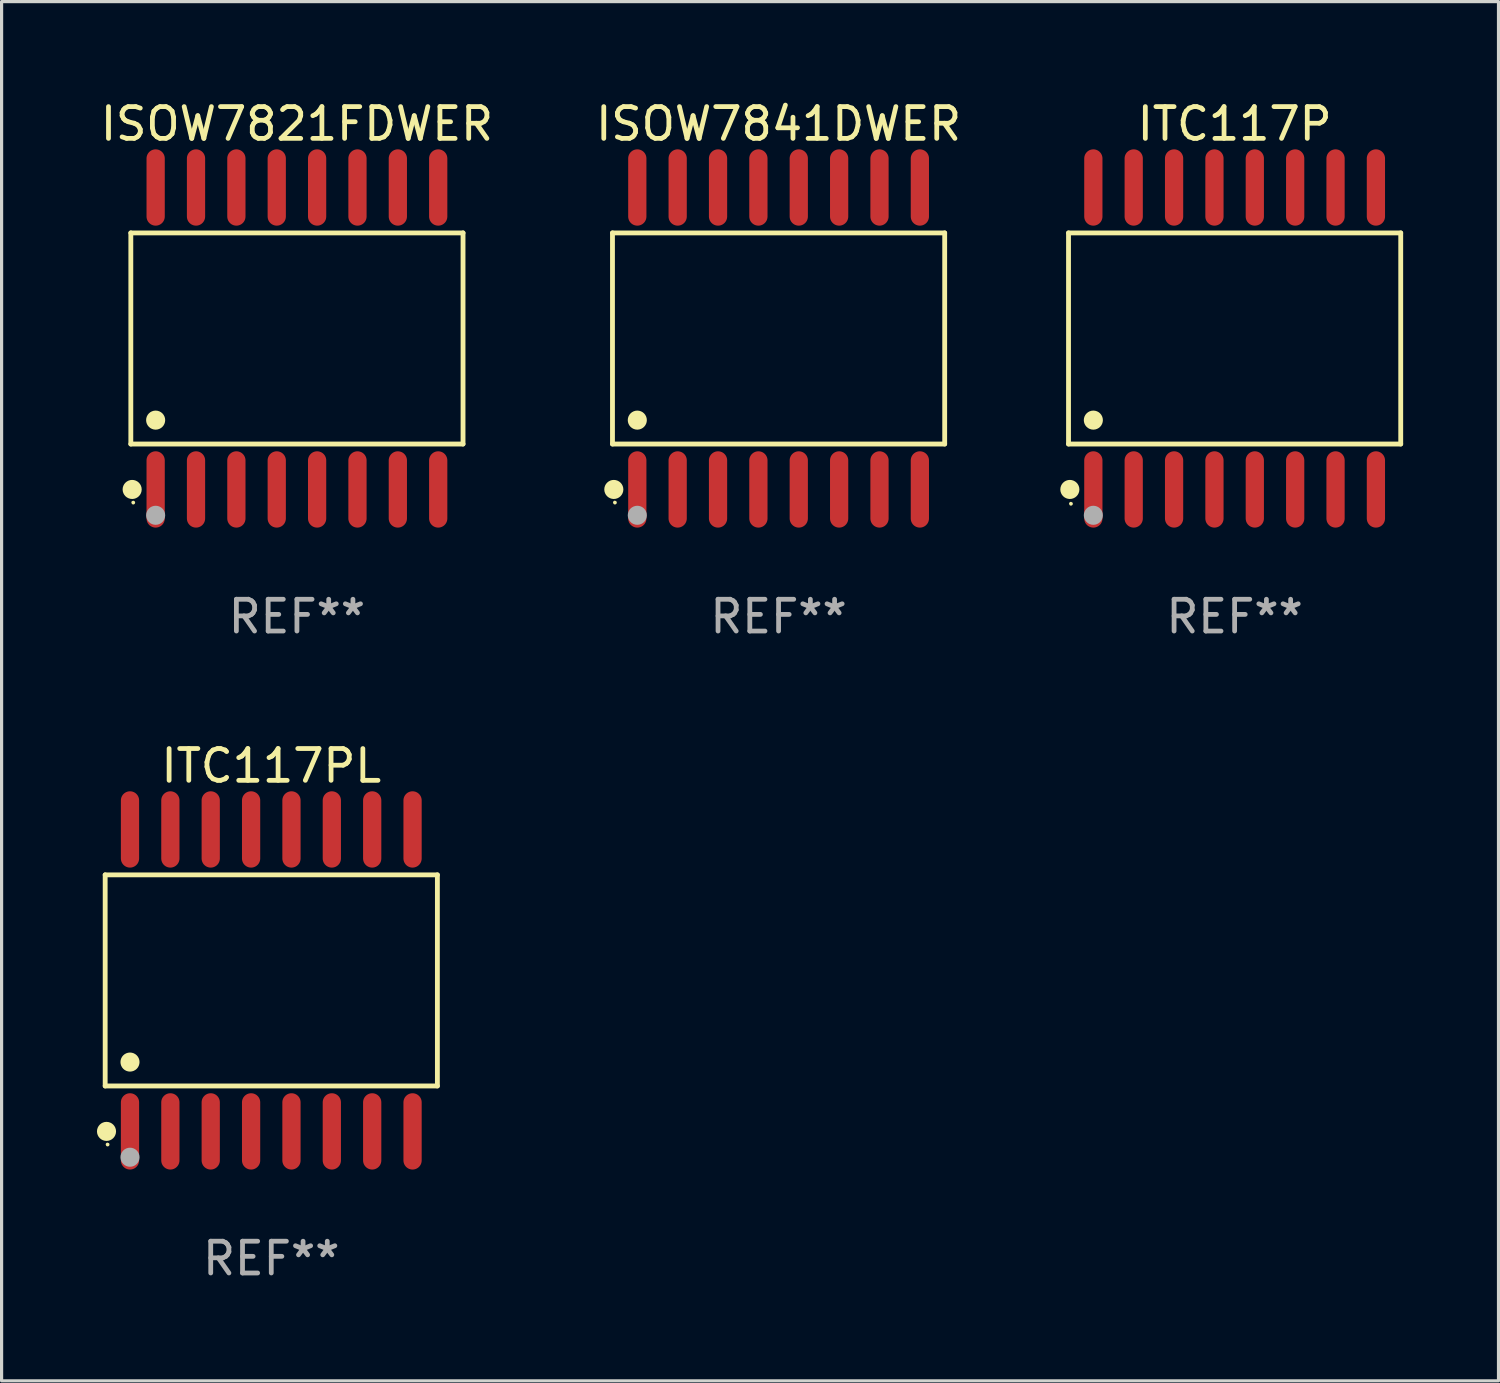
<source format=kicad_pcb>
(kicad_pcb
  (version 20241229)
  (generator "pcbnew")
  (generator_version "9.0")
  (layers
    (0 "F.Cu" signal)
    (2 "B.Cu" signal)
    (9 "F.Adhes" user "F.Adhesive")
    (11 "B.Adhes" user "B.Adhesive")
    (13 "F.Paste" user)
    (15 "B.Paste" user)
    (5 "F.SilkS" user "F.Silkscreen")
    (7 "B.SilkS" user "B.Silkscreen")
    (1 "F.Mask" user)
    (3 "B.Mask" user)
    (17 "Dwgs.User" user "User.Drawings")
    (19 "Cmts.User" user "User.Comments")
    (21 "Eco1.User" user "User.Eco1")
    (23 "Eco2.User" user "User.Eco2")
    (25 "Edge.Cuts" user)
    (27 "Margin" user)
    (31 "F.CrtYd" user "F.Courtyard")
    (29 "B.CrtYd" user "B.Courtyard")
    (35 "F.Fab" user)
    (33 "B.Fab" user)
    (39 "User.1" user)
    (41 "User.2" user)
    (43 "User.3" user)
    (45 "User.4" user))
  (footprint "ISOW7821FDWER"
    (layer "F.Cu")
    (at 6.292 7.599)
    (property "Reference" "ISOW7821FDWER" (at 0 -6.75 0) (layer "F.SilkS") (effects (font (size 1 1) (thickness 0.15))))
    (attr through_hole)
    (fp_line (start -5.226 -3.321) (end 5.226 -3.321) (stroke (width 0.152) (type solid)) (layer "F.SilkS"))
    (fp_line (start -5.226 3.321) (end -5.226 -3.321) (stroke (width 0.152) (type solid)) (layer "F.SilkS"))
    (fp_line (start 5.226 -3.321) (end 5.226 3.321) (stroke (width 0.152) (type solid)) (layer "F.SilkS"))
    (fp_line (start 5.226 3.321) (end -5.226 3.321) (stroke (width 0.152) (type solid)) (layer "F.SilkS"))
    (fp_circle (center -5.184 4.75) (end -5.034 4.75) (stroke (width 0.3) (type solid)) (fill no) (layer "F.SilkS"))
    (fp_circle (center -5.15 5.163) (end -5.12 5.163) (stroke (width 0.06) (type solid)) (fill no) (layer "F.SilkS"))
    (fp_circle (center -4.445 2.569) (end -4.295 2.569) (stroke (width 0.3) (type solid)) (fill no) (layer "F.SilkS"))
    (fp_circle (center -4.445 5.563) (end -4.295 5.563) (stroke (width 0.3) (type solid)) (fill no) (layer "F.Fab"))
    (fp_text user "REF**" (at 0 8.75 0) (layer "F.Fab") (effects (font (size 1 1) (thickness 0.15))))
    (pad "1" smd oval (at -4.445 4.75) (size 0.574 2.401) (layers "F.Cu" "F.Mask" "F.Paste"))
    (pad "2" smd oval (at -3.175 4.75) (size 0.574 2.401) (layers "F.Cu" "F.Mask" "F.Paste"))
    (pad "3" smd oval (at -1.905 4.75) (size 0.574 2.401) (layers "F.Cu" "F.Mask" "F.Paste"))
    (pad "4" smd oval (at -0.635 4.75) (size 0.574 2.401) (layers "F.Cu" "F.Mask" "F.Paste"))
    (pad "5" smd oval (at 0.635 4.75) (size 0.574 2.401) (layers "F.Cu" "F.Mask" "F.Paste"))
    (pad "6" smd oval (at 1.905 4.75) (size 0.574 2.401) (layers "F.Cu" "F.Mask" "F.Paste"))
    (pad "7" smd oval (at 3.175 4.75) (size 0.574 2.401) (layers "F.Cu" "F.Mask" "F.Paste"))
    (pad "8" smd oval (at 4.445 4.75) (size 0.574 2.401) (layers "F.Cu" "F.Mask" "F.Paste"))
    (pad "9" smd oval (at 4.445 -4.75) (size 0.574 2.401) (layers "F.Cu" "F.Mask" "F.Paste"))
    (pad "10" smd oval (at 3.175 -4.75) (size 0.574 2.401) (layers "F.Cu" "F.Mask" "F.Paste"))
    (pad "11" smd oval (at 1.905 -4.75) (size 0.574 2.401) (layers "F.Cu" "F.Mask" "F.Paste"))
    (pad "12" smd oval (at 0.635 -4.75) (size 0.574 2.401) (layers "F.Cu" "F.Mask" "F.Paste"))
    (pad "13" smd oval (at -0.635 -4.75) (size 0.574 2.401) (layers "F.Cu" "F.Mask" "F.Paste"))
    (pad "14" smd oval (at -1.905 -4.75) (size 0.574 2.401) (layers "F.Cu" "F.Mask" "F.Paste"))
    (pad "15" smd oval (at -3.175 -4.75) (size 0.574 2.401) (layers "F.Cu" "F.Mask" "F.Paste"))
    (pad "16" smd oval (at -4.445 -4.75) (size 0.574 2.401) (layers "F.Cu" "F.Mask" "F.Paste")))
  (footprint "ITC117P"
    (layer "F.Cu")
    (at 35.794 7.599)
    (property "Reference" "ITC117P" (at 0 -6.75 0) (layer "F.SilkS") (effects (font (size 1 1) (thickness 0.15))))
    (attr through_hole)
    (fp_line (start -5.226 -3.321) (end 5.226 -3.321) (stroke (width 0.152) (type solid)) (layer "F.SilkS"))
    (fp_line (start -5.226 3.321) (end -5.226 -3.321) (stroke (width 0.152) (type solid)) (layer "F.SilkS"))
    (fp_line (start 5.226 -3.321) (end 5.226 3.321) (stroke (width 0.152) (type solid)) (layer "F.SilkS"))
    (fp_line (start 5.226 3.321) (end -5.226 3.321) (stroke (width 0.152) (type solid)) (layer "F.SilkS"))
    (fp_circle (center -5.184 4.75) (end -5.034 4.75) (stroke (width 0.3) (type solid)) (fill no) (layer "F.SilkS"))
    (fp_circle (center -5.15 5.2) (end -5.12 5.2) (stroke (width 0.06) (type solid)) (fill no) (layer "F.SilkS"))
    (fp_circle (center -4.445 2.569) (end -4.295 2.569) (stroke (width 0.3) (type solid)) (fill no) (layer "F.SilkS"))
    (fp_circle (center -4.445 5.563) (end -4.295 5.563) (stroke (width 0.3) (type solid)) (fill no) (layer "F.Fab"))
    (fp_text user "REF**" (at 0 8.75 0) (layer "F.Fab") (effects (font (size 1 1) (thickness 0.15))))
    (pad "1" smd oval (at -4.445 4.75) (size 0.574 2.401) (layers "F.Cu" "F.Mask" "F.Paste"))
    (pad "2" smd oval (at -3.175 4.75) (size 0.574 2.401) (layers "F.Cu" "F.Mask" "F.Paste"))
    (pad "3" smd oval (at -1.905 4.75) (size 0.574 2.401) (layers "F.Cu" "F.Mask" "F.Paste"))
    (pad "4" smd oval (at -0.635 4.75) (size 0.574 2.401) (layers "F.Cu" "F.Mask" "F.Paste"))
    (pad "5" smd oval (at 0.635 4.75) (size 0.574 2.401) (layers "F.Cu" "F.Mask" "F.Paste"))
    (pad "6" smd oval (at 1.905 4.75) (size 0.574 2.401) (layers "F.Cu" "F.Mask" "F.Paste"))
    (pad "7" smd oval (at 3.175 4.75) (size 0.574 2.401) (layers "F.Cu" "F.Mask" "F.Paste"))
    (pad "8" smd oval (at 4.445 4.75) (size 0.574 2.401) (layers "F.Cu" "F.Mask" "F.Paste"))
    (pad "9" smd oval (at 4.445 -4.75) (size 0.574 2.401) (layers "F.Cu" "F.Mask" "F.Paste"))
    (pad "10" smd oval (at 3.175 -4.75) (size 0.574 2.401) (layers "F.Cu" "F.Mask" "F.Paste"))
    (pad "11" smd oval (at 1.905 -4.75) (size 0.574 2.401) (layers "F.Cu" "F.Mask" "F.Paste"))
    (pad "12" smd oval (at 0.635 -4.75) (size 0.574 2.401) (layers "F.Cu" "F.Mask" "F.Paste"))
    (pad "13" smd oval (at -0.635 -4.75) (size 0.574 2.401) (layers "F.Cu" "F.Mask" "F.Paste"))
    (pad "14" smd oval (at -1.905 -4.75) (size 0.574 2.401) (layers "F.Cu" "F.Mask" "F.Paste"))
    (pad "15" smd oval (at -3.175 -4.75) (size 0.574 2.401) (layers "F.Cu" "F.Mask" "F.Paste"))
    (pad "16" smd oval (at -4.445 -4.75) (size 0.574 2.401) (layers "F.Cu" "F.Mask" "F.Paste")))
  (footprint "ITC117PL"
    (layer "F.Cu")
    (at 5.485 27.796)
    (property "Reference" "ITC117PL" (at 0 -6.75 0) (layer "F.SilkS") (effects (font (size 1 1) (thickness 0.15))))
    (attr through_hole)
    (fp_line (start -5.226 -3.321) (end 5.226 -3.321) (stroke (width 0.152) (type solid)) (layer "F.SilkS"))
    (fp_line (start -5.226 3.321) (end -5.226 -3.321) (stroke (width 0.152) (type solid)) (layer "F.SilkS"))
    (fp_line (start 5.226 -3.321) (end 5.226 3.321) (stroke (width 0.152) (type solid)) (layer "F.SilkS"))
    (fp_line (start 5.226 3.321) (end -5.226 3.321) (stroke (width 0.152) (type solid)) (layer "F.SilkS"))
    (fp_circle (center -5.184 4.75) (end -5.034 4.75) (stroke (width 0.3) (type solid)) (fill no) (layer "F.SilkS"))
    (fp_circle (center -5.15 5.163) (end -5.12 5.163) (stroke (width 0.06) (type solid)) (fill no) (layer "F.SilkS"))
    (fp_circle (center -4.445 2.569) (end -4.295 2.569) (stroke (width 0.3) (type solid)) (fill no) (layer "F.SilkS"))
    (fp_circle (center -4.445 5.563) (end -4.295 5.563) (stroke (width 0.3) (type solid)) (fill no) (layer "F.Fab"))
    (fp_text user "REF**" (at 0 8.75 0) (layer "F.Fab") (effects (font (size 1 1) (thickness 0.15))))
    (pad "1" smd oval (at -4.445 4.75) (size 0.574 2.401) (layers "F.Cu" "F.Mask" "F.Paste"))
    (pad "2" smd oval (at -3.175 4.75) (size 0.574 2.401) (layers "F.Cu" "F.Mask" "F.Paste"))
    (pad "3" smd oval (at -1.905 4.75) (size 0.574 2.401) (layers "F.Cu" "F.Mask" "F.Paste"))
    (pad "4" smd oval (at -0.635 4.75) (size 0.574 2.401) (layers "F.Cu" "F.Mask" "F.Paste"))
    (pad "5" smd oval (at 0.635 4.75) (size 0.574 2.401) (layers "F.Cu" "F.Mask" "F.Paste"))
    (pad "6" smd oval (at 1.905 4.75) (size 0.574 2.401) (layers "F.Cu" "F.Mask" "F.Paste"))
    (pad "7" smd oval (at 3.175 4.75) (size 0.574 2.401) (layers "F.Cu" "F.Mask" "F.Paste"))
    (pad "8" smd oval (at 4.445 4.75) (size 0.574 2.401) (layers "F.Cu" "F.Mask" "F.Paste"))
    (pad "9" smd oval (at 4.445 -4.75) (size 0.574 2.401) (layers "F.Cu" "F.Mask" "F.Paste"))
    (pad "10" smd oval (at 3.175 -4.75) (size 0.574 2.401) (layers "F.Cu" "F.Mask" "F.Paste"))
    (pad "11" smd oval (at 1.905 -4.75) (size 0.574 2.401) (layers "F.Cu" "F.Mask" "F.Paste"))
    (pad "12" smd oval (at 0.635 -4.75) (size 0.574 2.401) (layers "F.Cu" "F.Mask" "F.Paste"))
    (pad "13" smd oval (at -0.635 -4.75) (size 0.574 2.401) (layers "F.Cu" "F.Mask" "F.Paste"))
    (pad "14" smd oval (at -1.905 -4.75) (size 0.574 2.401) (layers "F.Cu" "F.Mask" "F.Paste"))
    (pad "15" smd oval (at -3.175 -4.75) (size 0.574 2.401) (layers "F.Cu" "F.Mask" "F.Paste"))
    (pad "16" smd oval (at -4.445 -4.75) (size 0.574 2.401) (layers "F.Cu" "F.Mask" "F.Paste")))
  (footprint "ISOW7841DWER"
    (layer "F.Cu")
    (at 21.446 7.599)
    (property "Reference" "ISOW7841DWER" (at 0 -6.75 0) (layer "F.SilkS") (effects (font (size 1 1) (thickness 0.15))))
    (attr through_hole)
    (fp_line (start -5.226 -3.321) (end 5.226 -3.321) (stroke (width 0.152) (type solid)) (layer "F.SilkS"))
    (fp_line (start -5.226 3.321) (end -5.226 -3.321) (stroke (width 0.152) (type solid)) (layer "F.SilkS"))
    (fp_line (start 5.226 -3.321) (end 5.226 3.321) (stroke (width 0.152) (type solid)) (layer "F.SilkS"))
    (fp_line (start 5.226 3.321) (end -5.226 3.321) (stroke (width 0.152) (type solid)) (layer "F.SilkS"))
    (fp_circle (center -5.184 4.75) (end -5.034 4.75) (stroke (width 0.3) (type solid)) (fill no) (layer "F.SilkS"))
    (fp_circle (center -5.15 5.163) (end -5.12 5.163) (stroke (width 0.06) (type solid)) (fill no) (layer "F.SilkS"))
    (fp_circle (center -4.445 2.569) (end -4.295 2.569) (stroke (width 0.3) (type solid)) (fill no) (layer "F.SilkS"))
    (fp_circle (center -4.445 5.563) (end -4.295 5.563) (stroke (width 0.3) (type solid)) (fill no) (layer "F.Fab"))
    (fp_text user "REF**" (at 0 8.75 0) (layer "F.Fab") (effects (font (size 1 1) (thickness 0.15))))
    (pad "1" smd oval (at -4.445 4.75) (size 0.574 2.401) (layers "F.Cu" "F.Mask" "F.Paste"))
    (pad "2" smd oval (at -3.175 4.75) (size 0.574 2.401) (layers "F.Cu" "F.Mask" "F.Paste"))
    (pad "3" smd oval (at -1.905 4.75) (size 0.574 2.401) (layers "F.Cu" "F.Mask" "F.Paste"))
    (pad "4" smd oval (at -0.635 4.75) (size 0.574 2.401) (layers "F.Cu" "F.Mask" "F.Paste"))
    (pad "5" smd oval (at 0.635 4.75) (size 0.574 2.401) (layers "F.Cu" "F.Mask" "F.Paste"))
    (pad "6" smd oval (at 1.905 4.75) (size 0.574 2.401) (layers "F.Cu" "F.Mask" "F.Paste"))
    (pad "7" smd oval (at 3.175 4.75) (size 0.574 2.401) (layers "F.Cu" "F.Mask" "F.Paste"))
    (pad "8" smd oval (at 4.445 4.75) (size 0.574 2.401) (layers "F.Cu" "F.Mask" "F.Paste"))
    (pad "9" smd oval (at 4.445 -4.75) (size 0.574 2.401) (layers "F.Cu" "F.Mask" "F.Paste"))
    (pad "10" smd oval (at 3.175 -4.75) (size 0.574 2.401) (layers "F.Cu" "F.Mask" "F.Paste"))
    (pad "11" smd oval (at 1.905 -4.75) (size 0.574 2.401) (layers "F.Cu" "F.Mask" "F.Paste"))
    (pad "12" smd oval (at 0.635 -4.75) (size 0.574 2.401) (layers "F.Cu" "F.Mask" "F.Paste"))
    (pad "13" smd oval (at -0.635 -4.75) (size 0.574 2.401) (layers "F.Cu" "F.Mask" "F.Paste"))
    (pad "14" smd oval (at -1.905 -4.75) (size 0.574 2.401) (layers "F.Cu" "F.Mask" "F.Paste"))
    (pad "15" smd oval (at -3.175 -4.75) (size 0.574 2.401) (layers "F.Cu" "F.Mask" "F.Paste"))
    (pad "16" smd oval (at -4.445 -4.75) (size 0.574 2.401) (layers "F.Cu" "F.Mask" "F.Paste")))
  (gr_rect
    (start -3 -3)
    (end 44.096 40.394)
    (stroke (width 0.1) (type default))
    (fill no)
    (layer "Edge.Cuts")))
</source>
